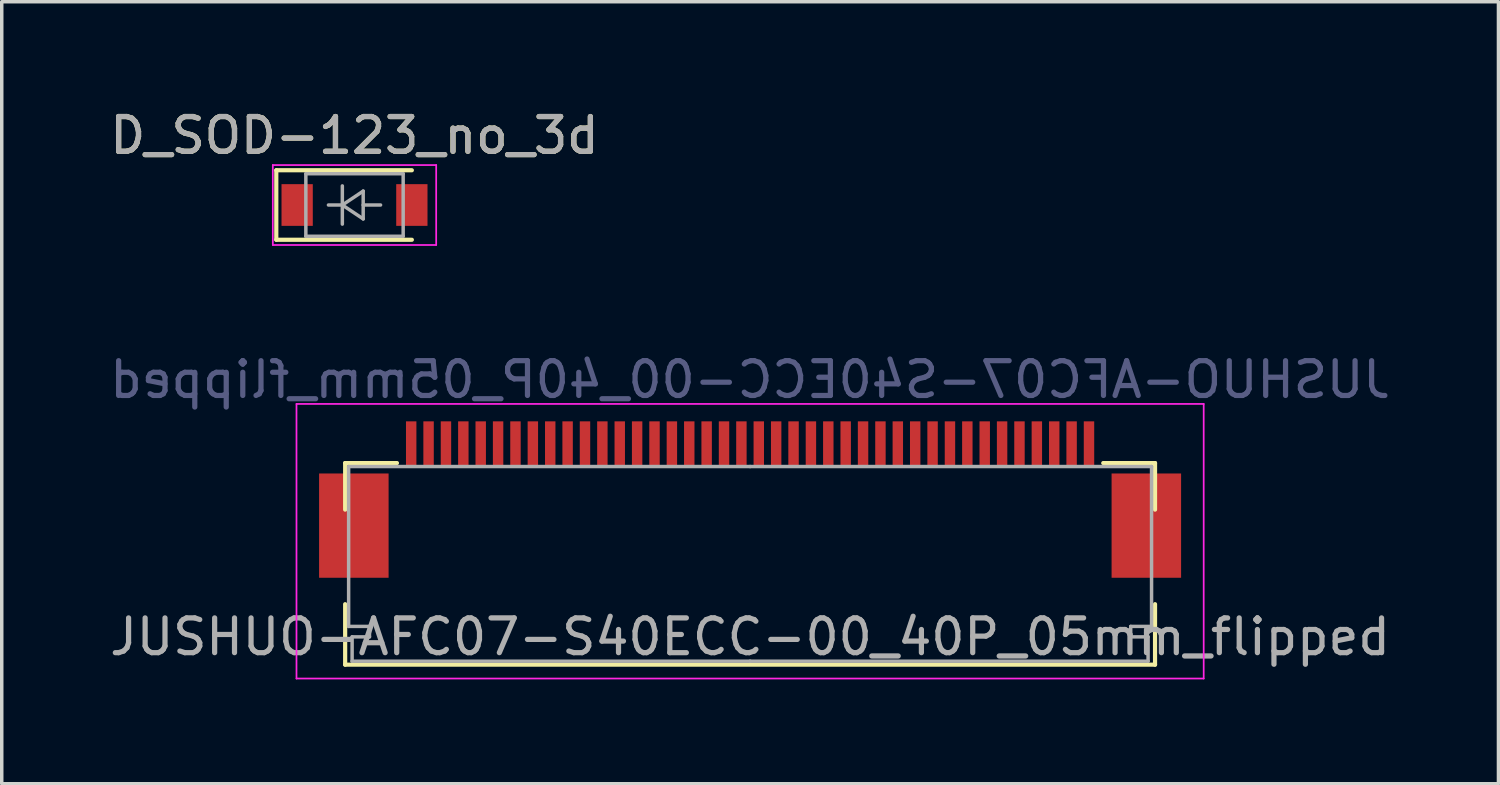
<source format=kicad_pcb>
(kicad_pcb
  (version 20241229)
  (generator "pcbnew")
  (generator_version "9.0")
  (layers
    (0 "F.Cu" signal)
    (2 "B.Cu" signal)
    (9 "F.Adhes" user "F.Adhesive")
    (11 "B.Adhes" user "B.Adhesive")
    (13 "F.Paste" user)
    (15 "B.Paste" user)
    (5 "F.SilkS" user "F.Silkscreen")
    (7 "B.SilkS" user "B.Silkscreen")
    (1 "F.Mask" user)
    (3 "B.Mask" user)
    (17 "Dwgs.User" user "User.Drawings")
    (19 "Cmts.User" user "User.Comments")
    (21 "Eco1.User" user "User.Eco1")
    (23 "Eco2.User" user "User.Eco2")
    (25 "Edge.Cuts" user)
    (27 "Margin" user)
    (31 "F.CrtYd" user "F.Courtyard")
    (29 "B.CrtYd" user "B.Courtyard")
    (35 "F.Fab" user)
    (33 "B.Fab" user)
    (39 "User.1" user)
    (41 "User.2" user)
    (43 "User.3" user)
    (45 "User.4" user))
  (footprint "D_SOD-123_no_3d"
    (layer "F.Cu")
    (at 7.149 2.848)
    (property "Reference" "D_SOD-123_no_3d" (at 0 -2 0) (layer "F.SilkS") (effects (font (size 1 1) (thickness 0.15))))
    (attr smd)
    (fp_line (start -2.25 -1) (end -2.25 1) (stroke (width 0.12) (type solid)) (layer "F.SilkS"))
    (fp_line (start -2.25 -1) (end 1.65 -1) (stroke (width 0.12) (type solid)) (layer "F.SilkS"))
    (fp_line (start -2.25 1) (end 1.65 1) (stroke (width 0.12) (type solid)) (layer "F.SilkS"))
    (fp_line (start -2.35 -1.15) (end -2.35 1.15) (stroke (width 0.05) (type solid)) (layer "F.CrtYd"))
    (fp_line (start -2.35 -1.15) (end 2.35 -1.15) (stroke (width 0.05) (type solid)) (layer "F.CrtYd"))
    (fp_line (start 2.35 -1.15) (end 2.35 1.15) (stroke (width 0.05) (type solid)) (layer "F.CrtYd"))
    (fp_line (start 2.35 1.15) (end -2.35 1.15) (stroke (width 0.05) (type solid)) (layer "F.CrtYd"))
    (fp_line (start -1.4 -0.9) (end 1.4 -0.9) (stroke (width 0.1) (type solid)) (layer "F.Fab"))
    (fp_line (start -1.4 0.9) (end -1.4 -0.9) (stroke (width 0.1) (type solid)) (layer "F.Fab"))
    (fp_line (start -0.75 0) (end -0.35 0) (stroke (width 0.1) (type solid)) (layer "F.Fab"))
    (fp_line (start -0.35 0) (end -0.35 -0.55) (stroke (width 0.1) (type solid)) (layer "F.Fab"))
    (fp_line (start -0.35 0) (end -0.35 0.55) (stroke (width 0.1) (type solid)) (layer "F.Fab"))
    (fp_line (start -0.35 0) (end 0.25 -0.4) (stroke (width 0.1) (type solid)) (layer "F.Fab"))
    (fp_line (start 0.25 -0.4) (end 0.25 0.4) (stroke (width 0.1) (type solid)) (layer "F.Fab"))
    (fp_line (start 0.25 0) (end 0.75 0) (stroke (width 0.1) (type solid)) (layer "F.Fab"))
    (fp_line (start 0.25 0.4) (end -0.35 0) (stroke (width 0.1) (type solid)) (layer "F.Fab"))
    (fp_line (start 1.4 -0.9) (end 1.4 0.9) (stroke (width 0.1) (type solid)) (layer "F.Fab"))
    (fp_line (start 1.4 0.9) (end -1.4 0.9) (stroke (width 0.1) (type solid)) (layer "F.Fab"))
    (fp_text user "${REFERENCE}" (at 0 -2 0) (layer "F.Fab") (effects (font (size 1 1) (thickness 0.15))))
    (pad "1" smd rect (at -1.65 0) (size 0.9 1.2) (layers "F.Cu" "F.Mask" "F.Paste"))
    (pad "2" smd rect (at 1.65 0) (size 0.9 1.2) (layers "F.Cu" "F.Mask" "F.Paste")))
  (footprint "JUSHUO-AFC07-S40ECC-00_40P_05mm_flipped"
    (layer "F.Cu")
    (at 18.53 11.572)
    (property "Reference" "JUSHUO-AFC07-S40ECC-00_40P_05mm_flipped" (at 0 -3.7 0) (layer "B.Fab") (effects (font (size 1 1) (thickness 0.15)) (justify mirror)))
    (attr smd)
    (fp_line (start -11.65 -1.3) (end -11.65 0.04) (stroke (width 0.12) (type solid)) (layer "F.SilkS"))
    (fp_line (start -11.65 2.76) (end -11.65 4.5) (stroke (width 0.12) (type solid)) (layer "F.SilkS"))
    (fp_line (start -11.65 4.5) (end 11.65 4.5) (stroke (width 0.12) (type solid)) (layer "F.SilkS"))
    (fp_line (start -10.16 -1.3) (end -11.65 -1.3) (stroke (width 0.12) (type solid)) (layer "F.SilkS"))
    (fp_line (start 10.16 -1.3) (end 11.65 -1.3) (stroke (width 0.12) (type solid)) (layer "F.SilkS"))
    (fp_line (start 11.65 -1.3) (end 11.65 0.04) (stroke (width 0.12) (type solid)) (layer "F.SilkS"))
    (fp_line (start 11.65 4.5) (end 11.65 2.76) (stroke (width 0.12) (type solid)) (layer "F.SilkS"))
    (fp_line (start -13.05 -3) (end -13.05 4.9) (stroke (width 0.05) (type solid)) (layer "F.CrtYd"))
    (fp_line (start -13.05 4.9) (end 13.05 4.9) (stroke (width 0.05) (type solid)) (layer "F.CrtYd"))
    (fp_line (start 13.05 -3) (end -13.05 -3) (stroke (width 0.05) (type solid)) (layer "F.CrtYd"))
    (fp_line (start 13.05 4.9) (end 13.05 -3) (stroke (width 0.05) (type solid)) (layer "F.CrtYd"))
    (fp_line (start -11.55 -1.2) (end -11.55 3.4) (stroke (width 0.1) (type solid)) (layer "F.Fab"))
    (fp_line (start -11.55 3.4) (end -10.95 3.4) (stroke (width 0.1) (type solid)) (layer "F.Fab"))
    (fp_line (start -11.45 3.7) (end -11.45 4.4) (stroke (width 0.1) (type solid)) (layer "F.Fab"))
    (fp_line (start -11.45 4.4) (end 0 4.4) (stroke (width 0.1) (type solid)) (layer "F.Fab"))
    (fp_line (start -10.95 3.4) (end -10.95 3.7) (stroke (width 0.1) (type solid)) (layer "F.Fab"))
    (fp_line (start -10.95 3.7) (end -11.45 3.7) (stroke (width 0.1) (type solid)) (layer "F.Fab"))
    (fp_line (start 0 -1.2) (end -11.55 -1.2) (stroke (width 0.1) (type solid)) (layer "F.Fab"))
    (fp_line (start 0 -1.2) (end 11.55 -1.2) (stroke (width 0.1) (type solid)) (layer "F.Fab"))
    (fp_line (start 10.95 3.4) (end 10.95 3.7) (stroke (width 0.1) (type solid)) (layer "F.Fab"))
    (fp_line (start 10.95 3.7) (end 11.45 3.7) (stroke (width 0.1) (type solid)) (layer "F.Fab"))
    (fp_line (start 11.45 3.7) (end 11.45 4.4) (stroke (width 0.1) (type solid)) (layer "F.Fab"))
    (fp_line (start 11.45 4.4) (end 0 4.4) (stroke (width 0.1) (type solid)) (layer "F.Fab"))
    (fp_line (start 11.55 -1.2) (end 11.55 3.4) (stroke (width 0.1) (type solid)) (layer "F.Fab"))
    (fp_line (start 11.55 3.4) (end 10.95 3.4) (stroke (width 0.1) (type solid)) (layer "F.Fab"))
    (fp_text user "${REFERENCE}" (at 0 3.7 0) (layer "F.Fab") (effects (font (size 1 1) (thickness 0.15))))
    (pad "1" smd rect (at 9.75 -1.85) (size 0.3 1.3) (layers "F.Cu" "F.Mask" "F.Paste"))
    (pad "2" smd rect (at 9.25 -1.85) (size 0.3 1.3) (layers "F.Cu" "F.Mask" "F.Paste"))
    (pad "3" smd rect (at 8.75 -1.85) (size 0.3 1.3) (layers "F.Cu" "F.Mask" "F.Paste"))
    (pad "4" smd rect (at 8.25 -1.85) (size 0.3 1.3) (layers "F.Cu" "F.Mask" "F.Paste"))
    (pad "5" smd rect (at 7.75 -1.85) (size 0.3 1.3) (layers "F.Cu" "F.Mask" "F.Paste"))
    (pad "6" smd rect (at 7.25 -1.85) (size 0.3 1.3) (layers "F.Cu" "F.Mask" "F.Paste"))
    (pad "7" smd rect (at 6.75 -1.85) (size 0.3 1.3) (layers "F.Cu" "F.Mask" "F.Paste"))
    (pad "8" smd rect (at 6.25 -1.85) (size 0.3 1.3) (layers "F.Cu" "F.Mask" "F.Paste"))
    (pad "9" smd rect (at 5.75 -1.85) (size 0.3 1.3) (layers "F.Cu" "F.Mask" "F.Paste"))
    (pad "10" smd rect (at 5.25 -1.85) (size 0.3 1.3) (layers "F.Cu" "F.Mask" "F.Paste"))
    (pad "11" smd rect (at 4.75 -1.85) (size 0.3 1.3) (layers "F.Cu" "F.Mask" "F.Paste"))
    (pad "12" smd rect (at 4.25 -1.85) (size 0.3 1.3) (layers "F.Cu" "F.Mask" "F.Paste"))
    (pad "13" smd rect (at 3.75 -1.85) (size 0.3 1.3) (layers "F.Cu" "F.Mask" "F.Paste"))
    (pad "14" smd rect (at 3.25 -1.85) (size 0.3 1.3) (layers "F.Cu" "F.Mask" "F.Paste"))
    (pad "15" smd rect (at 2.75 -1.85) (size 0.3 1.3) (layers "F.Cu" "F.Mask" "F.Paste"))
    (pad "16" smd rect (at 2.25 -1.85) (size 0.3 1.3) (layers "F.Cu" "F.Mask" "F.Paste"))
    (pad "17" smd rect (at 1.75 -1.85) (size 0.3 1.3) (layers "F.Cu" "F.Mask" "F.Paste"))
    (pad "18" smd rect (at 1.25 -1.85) (size 0.3 1.3) (layers "F.Cu" "F.Mask" "F.Paste"))
    (pad "19" smd rect (at 0.75 -1.85) (size 0.3 1.3) (layers "F.Cu" "F.Mask" "F.Paste"))
    (pad "20" smd rect (at 0.25 -1.85) (size 0.3 1.3) (layers "F.Cu" "F.Mask" "F.Paste"))
    (pad "21" smd rect (at -0.25 -1.85) (size 0.3 1.3) (layers "F.Cu" "F.Mask" "F.Paste"))
    (pad "22" smd rect (at -0.75 -1.85) (size 0.3 1.3) (layers "F.Cu" "F.Mask" "F.Paste"))
    (pad "23" smd rect (at -1.25 -1.85) (size 0.3 1.3) (layers "F.Cu" "F.Mask" "F.Paste"))
    (pad "24" smd rect (at -1.75 -1.85) (size 0.3 1.3) (layers "F.Cu" "F.Mask" "F.Paste"))
    (pad "25" smd rect (at -2.25 -1.85) (size 0.3 1.3) (layers "F.Cu" "F.Mask" "F.Paste"))
    (pad "26" smd rect (at -2.75 -1.85) (size 0.3 1.3) (layers "F.Cu" "F.Mask" "F.Paste"))
    (pad "27" smd rect (at -3.25 -1.85) (size 0.3 1.3) (layers "F.Cu" "F.Mask" "F.Paste"))
    (pad "28" smd rect (at -3.75 -1.85) (size 0.3 1.3) (layers "F.Cu" "F.Mask" "F.Paste"))
    (pad "29" smd rect (at -4.25 -1.85) (size 0.3 1.3) (layers "F.Cu" "F.Mask" "F.Paste"))
    (pad "30" smd rect (at -4.75 -1.85) (size 0.3 1.3) (layers "F.Cu" "F.Mask" "F.Paste"))
    (pad "31" smd rect (at -5.25 -1.85) (size 0.3 1.3) (layers "F.Cu" "F.Mask" "F.Paste"))
    (pad "32" smd rect (at -5.75 -1.85) (size 0.3 1.3) (layers "F.Cu" "F.Mask" "F.Paste"))
    (pad "33" smd rect (at -6.25 -1.85) (size 0.3 1.3) (layers "F.Cu" "F.Mask" "F.Paste"))
    (pad "34" smd rect (at -6.75 -1.85) (size 0.3 1.3) (layers "F.Cu" "F.Mask" "F.Paste"))
    (pad "35" smd rect (at -7.25 -1.85) (size 0.3 1.3) (layers "F.Cu" "F.Mask" "F.Paste"))
    (pad "36" smd rect (at -7.75 -1.85) (size 0.3 1.3) (layers "F.Cu" "F.Mask" "F.Paste"))
    (pad "37" smd rect (at -8.25 -1.85) (size 0.3 1.3) (layers "F.Cu" "F.Mask" "F.Paste"))
    (pad "38" smd rect (at -8.75 -1.85) (size 0.3 1.3) (layers "F.Cu" "F.Mask" "F.Paste"))
    (pad "39" smd rect (at -9.25 -1.85) (size 0.3 1.3) (layers "F.Cu" "F.Mask" "F.Paste"))
    (pad "40" smd rect (at -9.75 -1.85) (size 0.3 1.3) (layers "F.Cu" "F.Mask" "F.Paste"))
    (pad "MP" smd rect (at -11.4 0.5) (size 2 3) (layers "F.Cu" "F.Mask" "F.Paste"))
    (pad "MP" smd rect (at 11.4 0.5) (size 2 3) (layers "F.Cu" "F.Mask" "F.Paste")))
  (gr_rect
    (start -3 -3)
    (end 40.06 19.497)
    (stroke (width 0.1) (type default))
    (fill no)
    (layer "Edge.Cuts")))
</source>
